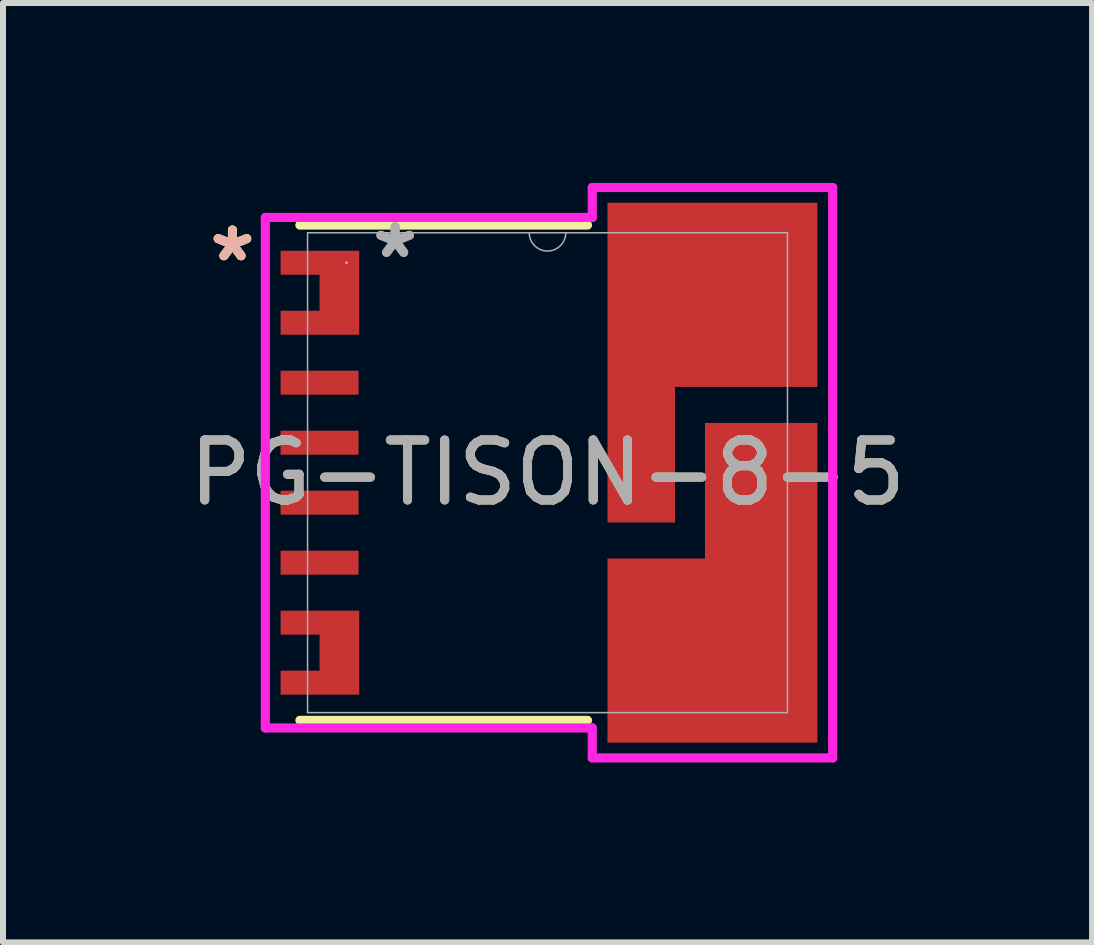
<source format=kicad_pcb>
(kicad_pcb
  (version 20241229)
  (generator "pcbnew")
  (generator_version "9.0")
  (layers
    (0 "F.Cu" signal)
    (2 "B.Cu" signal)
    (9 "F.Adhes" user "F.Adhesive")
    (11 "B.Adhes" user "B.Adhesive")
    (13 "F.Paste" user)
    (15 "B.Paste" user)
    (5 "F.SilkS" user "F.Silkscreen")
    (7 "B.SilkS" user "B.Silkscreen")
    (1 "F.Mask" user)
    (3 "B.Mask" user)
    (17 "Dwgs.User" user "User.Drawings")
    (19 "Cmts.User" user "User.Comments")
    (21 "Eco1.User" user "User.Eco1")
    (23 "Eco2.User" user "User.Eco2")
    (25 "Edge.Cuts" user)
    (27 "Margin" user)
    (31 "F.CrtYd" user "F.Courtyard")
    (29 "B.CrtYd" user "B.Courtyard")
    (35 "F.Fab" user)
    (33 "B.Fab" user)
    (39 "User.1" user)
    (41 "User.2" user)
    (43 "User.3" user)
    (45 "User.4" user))
  (footprint "PG-TISON-8-5"
    (layer "F.Cu")
    (at 6.077 4.83)
    (property "Reference" "PG-TISON-8-5" (at 0 0 0) (unlocked yes) (layer "F.SilkS") (effects (font (size 1 1) (thickness 0.15))))
    (attr smd)
    (fp_poly (pts (xy 1 -4.5) (xy 4.5 -4.5) (xy 4.5 -1.43) (xy 2.125 -1.43) (xy 2.125 0.83) (xy 1 0.83)) (stroke (width 0) (type solid)) (fill yes) (layer "F.Cu"))
    (fp_poly (pts (xy 2.625 -0.83) (xy 4.5 -0.83) (xy 4.5 4.5) (xy 1 4.5) (xy 1 1.43) (xy 2.625 1.43)) (stroke (width 0) (type solid)) (fill yes) (layer "F.Cu"))
    (fp_poly (pts (xy -4.449 -3.7) (xy -3.139 -3.7) (xy -3.139 -2.3) (xy -4.449 -2.3) (xy -4.449 -2.7) (xy -3.8 -2.7) (xy -3.8 -3.3) (xy -4.449 -3.3)) (stroke (width 0) (type solid)) (fill yes) (layer "F.Cu"))
    (fp_poly (pts (xy -4.449 2.3) (xy -3.139 2.3) (xy -3.139 3.7) (xy -4.449 3.7) (xy -4.449 3.3) (xy -3.8 3.3) (xy -3.8 2.7) (xy -4.449 2.7)) (stroke (width 0) (type solid)) (fill yes) (layer "F.Cu"))
    (fp_poly (pts (xy -4.449 -1.7) (xy -3.15 -1.7) (xy -3.15 -1.3) (xy -4.449 -1.3)) (stroke (width 0) (type solid)) (fill yes) (layer "F.Mask"))
    (fp_poly (pts (xy -4.449 -0.7) (xy -3.15 -0.7) (xy -3.15 -0.3) (xy -4.449 -0.3)) (stroke (width 0) (type solid)) (fill yes) (layer "F.Mask"))
    (fp_poly (pts (xy -4.449 0.3) (xy -3.15 0.3) (xy -3.15 0.7) (xy -4.449 0.7)) (stroke (width 0) (type solid)) (fill yes) (layer "F.Mask"))
    (fp_poly (pts (xy -4.449 1.7) (xy -3.15 1.7) (xy -3.15 1.3) (xy -4.449 1.3)) (stroke (width 0) (type solid)) (fill yes) (layer "F.Mask"))
    (fp_poly (pts (xy 1 -4.5) (xy 4.5 -4.5) (xy 4.5 -1.43) (xy 2.125 -1.43) (xy 2.125 0.83) (xy 1 0.83)) (stroke (width 0) (type solid)) (fill yes) (layer "F.Mask"))
    (fp_poly (pts (xy 2.625 -0.83) (xy 4.5 -0.83) (xy 4.5 4.5) (xy 1 4.5) (xy 1 1.43) (xy 2.625 1.43)) (stroke (width 0) (type solid)) (fill yes) (layer "F.Mask"))
    (fp_poly (pts (xy -4.449 -3.7) (xy -3.139 -3.7) (xy -3.139 -2.3) (xy -4.449 -2.3) (xy -4.449 -2.7) (xy -3.8 -2.7) (xy -3.8 -3.3) (xy -4.449 -3.3)) (stroke (width 0) (type solid)) (fill yes) (layer "F.Mask"))
    (fp_poly (pts (xy -4.449 2.3) (xy -3.139 2.3) (xy -3.139 3.7) (xy -4.449 3.7) (xy -4.449 3.3) (xy -3.8 3.3) (xy -3.8 2.7) (xy -4.449 2.7)) (stroke (width 0) (type solid)) (fill yes) (layer "F.Mask"))
    (fp_line (start -4.128 -4.128) (end 0.667 -4.128) (stroke (width 0.152) (type solid)) (layer "F.SilkS"))
    (fp_line (start 0.667 4.128) (end -4.128 4.128) (stroke (width 0.152) (type solid)) (layer "F.SilkS"))
    (fp_poly (pts (xy -4.44 -3.675) (xy -3.241 -3.675) (xy -3.241 -3.325) (xy -4.44 -3.325)) (stroke (width 0) (type solid)) (fill yes) (layer "F.Paste"))
    (fp_poly (pts (xy -4.44 -2.675) (xy -3.241 -2.675) (xy -3.241 -2.325) (xy -4.44 -2.325)) (stroke (width 0) (type solid)) (fill yes) (layer "F.Paste"))
    (fp_poly (pts (xy -4.44 -1.675) (xy -3.241 -1.675) (xy -3.241 -1.325) (xy -4.44 -1.325)) (stroke (width 0) (type solid)) (fill yes) (layer "F.Paste"))
    (fp_poly (pts (xy -4.44 -0.675) (xy -3.241 -0.675) (xy -3.241 -0.325) (xy -4.44 -0.325)) (stroke (width 0) (type solid)) (fill yes) (layer "F.Paste"))
    (fp_poly (pts (xy -4.44 0.325) (xy -3.241 0.325) (xy -3.241 0.675) (xy -4.44 0.675)) (stroke (width 0) (type solid)) (fill yes) (layer "F.Paste"))
    (fp_poly (pts (xy -4.44 1.675) (xy -3.241 1.675) (xy -3.241 1.325) (xy -4.44 1.325)) (stroke (width 0) (type solid)) (fill yes) (layer "F.Paste"))
    (fp_poly (pts (xy -4.44 2.675) (xy -3.241 2.675) (xy -3.241 2.325) (xy -4.44 2.325)) (stroke (width 0) (type solid)) (fill yes) (layer "F.Paste"))
    (fp_poly (pts (xy -4.44 3.675) (xy -3.241 3.675) (xy -3.241 3.325) (xy -4.44 3.325)) (stroke (width 0) (type solid)) (fill yes) (layer "F.Paste"))
    (fp_poly (pts (xy -3.74 -3.2) (xy -3.24 -3.2) (xy -3.24 -2.8) (xy -3.74 -2.8)) (stroke (width 0) (type solid)) (fill yes) (layer "F.Paste"))
    (fp_poly (pts (xy -3.74 2.8) (xy -3.24 2.8) (xy -3.24 3.2) (xy -3.74 3.2)) (stroke (width 0) (type solid)) (fill yes) (layer "F.Paste"))
    (fp_poly (pts (xy 1.211 -4.25) (xy 1.911 -4.25) (xy 1.911 -3.026) (xy 1.211 -3.026)) (stroke (width 0) (type solid)) (fill yes) (layer "F.Paste"))
    (fp_poly (pts (xy 1.211 -2.225) (xy 1.911 -2.225) (xy 1.911 -0.625) (xy 1.211 -0.625)) (stroke (width 0) (type solid)) (fill yes) (layer "F.Paste"))
    (fp_poly (pts (xy 1.211 0.176) (xy 1.911 0.176) (xy 1.911 0.63) (xy 1.211 0.63)) (stroke (width 0) (type solid)) (fill yes) (layer "F.Paste"))
    (fp_poly (pts (xy 1.211 1.63) (xy 1.911 1.63) (xy 1.911 2.175) (xy 1.211 2.175)) (stroke (width 0) (type solid)) (fill yes) (layer "F.Paste"))
    (fp_poly (pts (xy 1.211 3.026) (xy 1.911 3.026) (xy 1.911 4.25) (xy 1.211 4.25)) (stroke (width 0) (type solid)) (fill yes) (layer "F.Paste"))
    (fp_poly (pts (xy 2.11 1.63) (xy 2.648 1.63) (xy 2.648 4.25) (xy 2.11 4.25)) (stroke (width 0) (type solid)) (fill yes) (layer "F.Paste"))
    (fp_poly (pts (xy 2.111 -4.25) (xy 3.061 -4.25) (xy 3.061 -1.63) (xy 2.111 -1.63)) (stroke (width 0) (type solid)) (fill yes) (layer "F.Paste"))
    (fp_poly (pts (xy 2.848 -0.625) (xy 3.71 -0.625) (xy 3.71 -0.125) (xy 2.848 -0.125)) (stroke (width 0) (type solid)) (fill yes) (layer "F.Paste"))
    (fp_poly (pts (xy 2.848 0.675) (xy 3.71 0.675) (xy 3.71 2.175) (xy 2.848 2.175)) (stroke (width 0) (type solid)) (fill yes) (layer "F.Paste"))
    (fp_poly (pts (xy 2.848 2.975) (xy 3.71 2.975) (xy 3.71 4.251) (xy 2.848 4.251)) (stroke (width 0) (type solid)) (fill yes) (layer "F.Paste"))
    (fp_poly (pts (xy 3.261 -4.25) (xy 3.711 -4.25) (xy 3.711 -3.026) (xy 3.261 -3.026)) (stroke (width 0) (type solid)) (fill yes) (layer "F.Paste"))
    (fp_poly (pts (xy 3.261 -2.224) (xy 3.711 -2.224) (xy 3.711 -1.63) (xy 3.261 -1.63)) (stroke (width 0) (type solid)) (fill yes) (layer "F.Paste"))
    (fp_poly (pts (xy 3.91 -4.25) (xy 4.31 -4.25) (xy 4.31 -1.63) (xy 3.91 -1.63)) (stroke (width 0) (type solid)) (fill yes) (layer "F.Paste"))
    (fp_poly (pts (xy 3.91 -0.626) (xy 4.31 -0.626) (xy 4.31 1.43) (xy 3.91 1.43)) (stroke (width 0) (type solid)) (fill yes) (layer "F.Paste"))
    (fp_poly (pts (xy 3.91 1.63) (xy 4.31 1.63) (xy 4.31 4.25) (xy 3.91 4.25)) (stroke (width 0) (type solid)) (fill yes) (layer "F.Paste"))
    (fp_line (start -4.704 -4.255) (end -4.704 4.255) (stroke (width 0.152) (type solid)) (layer "F.CrtYd"))
    (fp_line (start -4.704 4.255) (end 0.746 4.255) (stroke (width 0.152) (type solid)) (layer "F.CrtYd"))
    (fp_line (start 0.746 -4.754) (end 0.746 -4.255) (stroke (width 0.152) (type solid)) (layer "F.CrtYd"))
    (fp_line (start 0.746 -4.255) (end -4.704 -4.255) (stroke (width 0.152) (type solid)) (layer "F.CrtYd"))
    (fp_line (start 0.746 4.255) (end 0.746 4.754) (stroke (width 0.152) (type solid)) (layer "F.CrtYd"))
    (fp_line (start 0.746 4.754) (end 4.754 4.754) (stroke (width 0.152) (type solid)) (layer "F.CrtYd"))
    (fp_line (start 4.754 -4.754) (end 0.746 -4.754) (stroke (width 0.152) (type solid)) (layer "F.CrtYd"))
    (fp_line (start 4.754 4.754) (end 4.754 -4.754) (stroke (width 0.152) (type solid)) (layer "F.CrtYd"))
    (fp_line (start -4 -4) (end -4 4) (stroke (width 0.025) (type solid)) (layer "F.Fab"))
    (fp_line (start -4 4) (end 4 4) (stroke (width 0.025) (type solid)) (layer "F.Fab"))
    (fp_line (start 4 -4) (end -4 -4) (stroke (width 0.025) (type solid)) (layer "F.Fab"))
    (fp_line (start 4 4) (end 4 -4) (stroke (width 0.025) (type solid)) (layer "F.Fab"))
    (fp_arc (start 0.3048 -4.0005) (mid 0 -3.6957) (end -0.3048 -4.0005) (stroke (width 0.0254) (type solid)) (layer "F.Fab"))
    (fp_circle (center -3.35 -3.5) (end -3.35 -3.5) (stroke (width 0.025) (type solid)) (fill no) (layer "F.Fab"))
    (fp_text user "*" (at -5.252 -3.5 0) (unlocked yes) (layer "F.SilkS") (effects (font (size 1 1) (thickness 0.15))))
    (fp_text user "*" (at -5.252 -3.5 0) (layer "F.SilkS") (effects (font (size 1 1) (thickness 0.15))))
    (fp_text user "*" (at -5.252 -3.5 0) (unlocked yes) (layer "B.SilkS") (effects (font (size 1 1) (thickness 0.15))))
    (fp_text user "*" (at -2.54 -3.556 0) (layer "F.Fab") (effects (font (size 1 1) (thickness 0.15))))
    (fp_text user "${REFERENCE}" (at 0 0 0) (unlocked yes) (layer "F.Fab") (effects (font (size 1 1) (thickness 0.15))))
    (fp_text user "*" (at -2.54 -3.556 0) (unlocked yes) (layer "F.Fab") (effects (font (size 1 1) (thickness 0.15))))
    (pad "1" smd rect (at -3.48 -3.023) (size 0.127 0.127) (layers "F.Cu" "F.Mask" "F.Paste"))
    (pad "2" smd rect (at -3.8 -1.5) (size 1.3 0.4) (layers "F.Cu"))
    (pad "3" smd rect (at -3.8 -0.5) (size 1.3 0.4) (layers "F.Cu"))
    (pad "4" smd rect (at -3.8 0.5) (size 1.3 0.4) (layers "F.Cu"))
    (pad "5" smd rect (at -3.8 1.5) (size 1.3 0.4) (layers "F.Cu"))
    (pad "6" smd rect (at -3.454 2.972) (size 0.127 0.127) (layers "F.Cu" "F.Mask" "F.Paste"))
    (pad "7" smd rect (at 2.464 2.261) (size 0.127 0.127) (layers "F.Cu" "F.Mask" "F.Paste"))
    (pad "8" smd rect (at 2.794 -3.048) (size 0.127 0.127) (layers "F.Cu" "F.Mask" "F.Paste")))
  (gr_rect
    (start -3 -3)
    (end 15.155 12.66)
    (stroke (width 0.1) (type default))
    (fill no)
    (layer "Edge.Cuts")))
</source>
